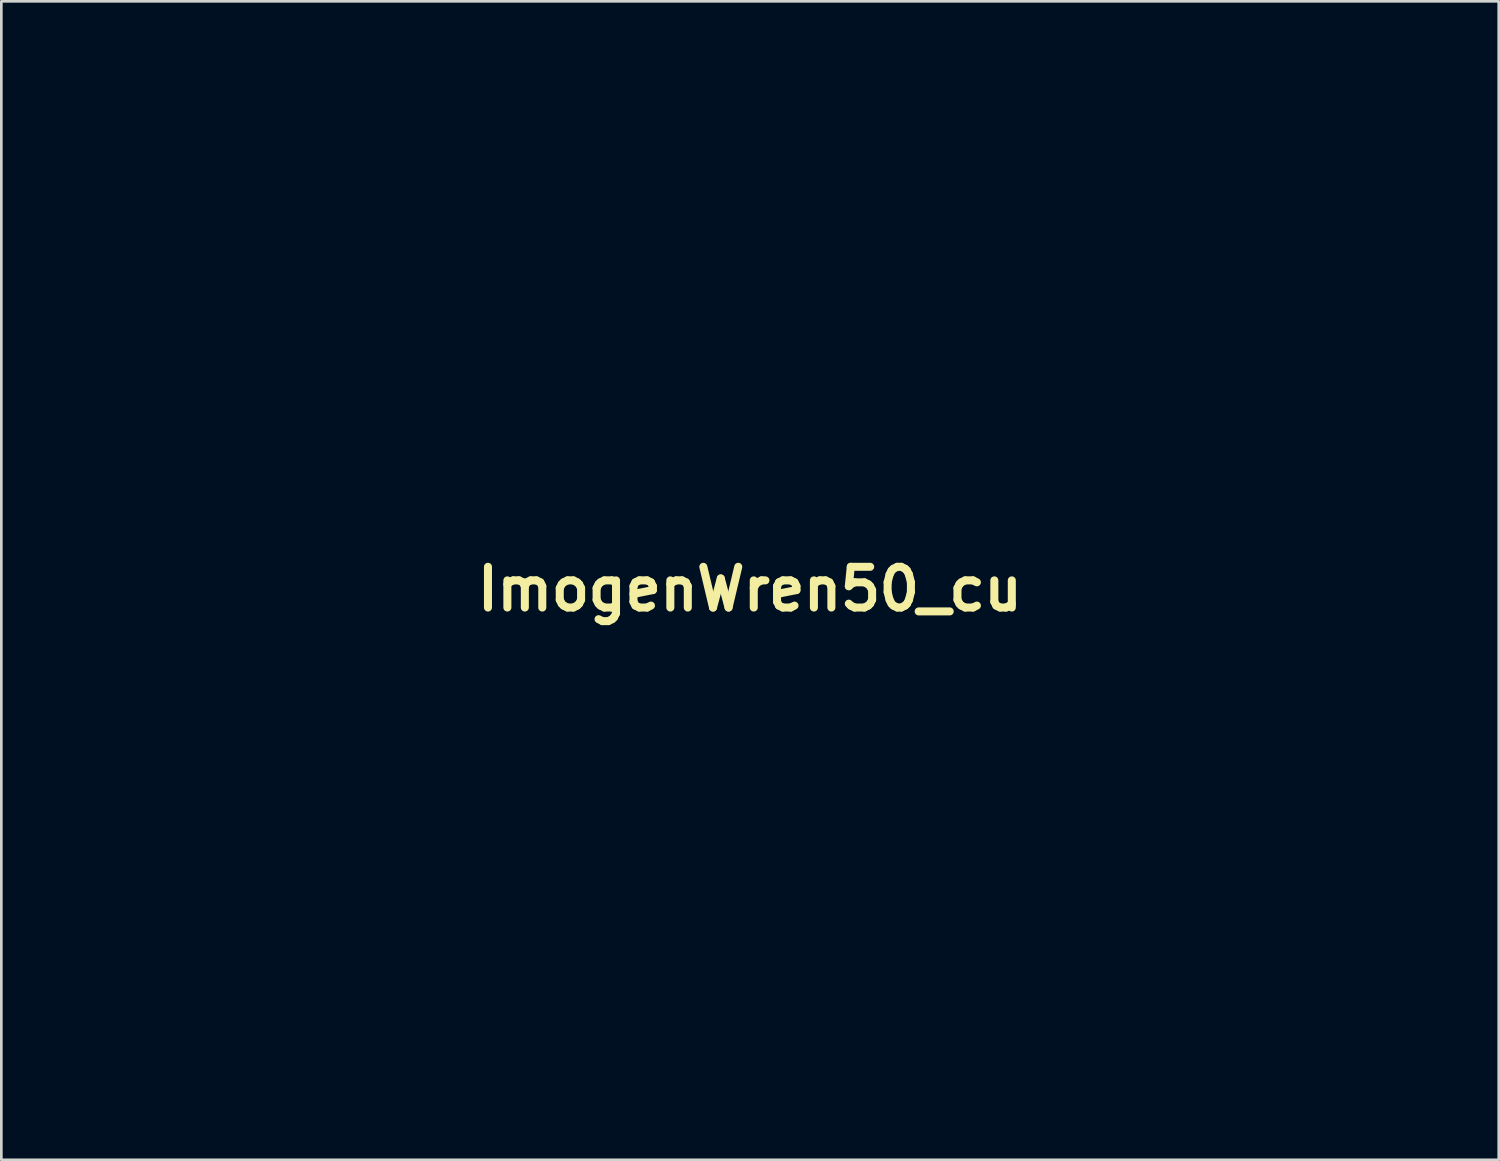
<source format=kicad_pcb>
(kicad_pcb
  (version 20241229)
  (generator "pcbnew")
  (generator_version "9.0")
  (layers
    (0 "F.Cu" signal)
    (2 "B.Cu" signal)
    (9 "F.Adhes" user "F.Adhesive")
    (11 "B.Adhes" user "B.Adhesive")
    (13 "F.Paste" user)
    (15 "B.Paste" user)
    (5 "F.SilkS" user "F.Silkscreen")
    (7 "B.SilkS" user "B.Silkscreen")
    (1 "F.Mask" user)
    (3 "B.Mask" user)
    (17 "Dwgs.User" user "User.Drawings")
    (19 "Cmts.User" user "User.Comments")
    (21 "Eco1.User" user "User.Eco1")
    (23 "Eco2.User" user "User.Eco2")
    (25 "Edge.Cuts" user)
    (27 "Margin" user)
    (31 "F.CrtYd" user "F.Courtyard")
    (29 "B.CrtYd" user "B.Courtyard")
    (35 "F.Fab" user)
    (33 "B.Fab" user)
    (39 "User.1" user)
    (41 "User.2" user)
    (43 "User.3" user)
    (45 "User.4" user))
  (footprint "ImogenWren50_cu"
    (layer "F.Cu")
    (at 25 18.986)
    (property "Reference" "ImogenWren50_cu" (at 0 0 0) (layer "F.SilkS") (effects (font (size 1.524 1.524) (thickness 0.3))))
    (attr board_only exclude_from_pos_files exclude_from_bom)
    (fp_poly (pts (xy 4.494 11.364) (xy 4.583 11.39) (xy 4.664 11.432) (xy 4.733 11.489) (xy 4.799 11.571) (xy 4.87 11.684) (xy 4.967 11.826) (xy 5.075 11.937) (xy 5.201 12.018) (xy 5.353 12.077) (xy 5.538 12.115) (xy 5.638 12.128) (xy 5.846 12.152) (xy 6.015 12.174) (xy 6.152 12.196) (xy 6.264 12.219) (xy 6.358 12.246) (xy 6.442 12.277) (xy 6.505 12.306) (xy 6.697 12.423) (xy 6.86 12.576) (xy 6.992 12.762) (xy 7.091 12.978) (xy 7.127 13.098) (xy 7.157 13.263) (xy 7.152 13.398) (xy 7.114 13.502) (xy 7.042 13.574) (xy 7.002 13.595) (xy 6.979 13.605) (xy 6.958 13.613) (xy 6.935 13.617) (xy 6.905 13.618) (xy 6.863 13.614) (xy 6.802 13.604) (xy 6.719 13.588) (xy 6.609 13.566) (xy 6.465 13.535) (xy 6.284 13.497) (xy 6.169 13.472) (xy 5.887 13.419) (xy 5.644 13.389) (xy 5.437 13.381) (xy 5.265 13.397) (xy 5.124 13.434) (xy 5.123 13.434) (xy 4.981 13.514) (xy 4.863 13.629) (xy 4.778 13.772) (xy 4.761 13.814) (xy 4.748 13.856) (xy 4.738 13.905) (xy 4.73 13.963) (xy 4.723 14.036) (xy 4.72 14.128) (xy 4.718 14.241) (xy 4.718 14.381) (xy 4.72 14.552) (xy 4.724 14.757) (xy 4.73 15.001) (xy 4.738 15.287) (xy 4.745 15.62) (xy 4.745 15.91) (xy 4.738 16.164) (xy 4.723 16.384) (xy 4.7 16.577) (xy 4.668 16.745) (xy 4.627 16.894) (xy 4.575 17.029) (xy 4.513 17.153) (xy 4.495 17.185) (xy 4.406 17.31) (xy 4.288 17.442) (xy 4.154 17.568) (xy 4.015 17.676) (xy 3.949 17.718) (xy 3.801 17.795) (xy 3.638 17.858) (xy 3.471 17.906) (xy 3.308 17.939) (xy 3.158 17.952) (xy 3.03 17.946) (xy 2.933 17.919) (xy 2.928 17.916) (xy 2.86 17.869) (xy 2.802 17.812) (xy 2.799 17.807) (xy 2.78 17.777) (xy 2.766 17.741) (xy 2.756 17.695) (xy 2.751 17.637) (xy 2.752 17.563) (xy 2.759 17.47) (xy 2.772 17.355) (xy 2.791 17.215) (xy 2.818 17.046) (xy 2.852 16.844) (xy 2.894 16.608) (xy 2.944 16.333) (xy 3.002 16.016) (xy 3.02 15.919) (xy 3.08 15.594) (xy 3.131 15.308) (xy 3.175 15.051) (xy 3.213 14.818) (xy 3.246 14.599) (xy 3.274 14.388) (xy 3.3 14.176) (xy 3.324 13.956) (xy 3.348 13.72) (xy 3.36 13.591) (xy 3.397 13.22) (xy 3.436 12.893) (xy 3.478 12.606) (xy 3.523 12.359) (xy 3.572 12.147) (xy 3.627 11.968) (xy 3.687 11.818) (xy 3.753 11.697) (xy 3.827 11.599) (xy 3.906 11.526) (xy 4.044 11.44) (xy 4.196 11.383) (xy 4.349 11.357)) (stroke (width 0) (type solid)) (fill yes) (layer "F.Mask"))
    (fp_poly (pts (xy 10.158 11.867) (xy 10.16 11.867) (xy 10.505 11.902) (xy 10.809 11.954) (xy 11.073 12.023) (xy 11.3 12.109) (xy 11.492 12.216) (xy 11.653 12.342) (xy 11.783 12.491) (xy 11.887 12.662) (xy 11.888 12.664) (xy 11.926 12.744) (xy 11.952 12.81) (xy 11.967 12.875) (xy 11.976 12.953) (xy 11.981 13.06) (xy 11.982 13.097) (xy 11.98 13.303) (xy 11.958 13.485) (xy 11.912 13.658) (xy 11.838 13.842) (xy 11.825 13.871) (xy 11.716 14.08) (xy 11.597 14.258) (xy 11.457 14.421) (xy 11.374 14.503) (xy 11.278 14.59) (xy 11.187 14.663) (xy 11.096 14.722) (xy 11 14.769) (xy 10.894 14.805) (xy 10.771 14.831) (xy 10.627 14.848) (xy 10.455 14.857) (xy 10.251 14.861) (xy 10.009 14.86) (xy 9.84 14.857) (xy 9.611 14.853) (xy 9.424 14.851) (xy 9.273 14.852) (xy 9.153 14.856) (xy 9.059 14.865) (xy 8.985 14.88) (xy 8.926 14.901) (xy 8.877 14.929) (xy 8.832 14.966) (xy 8.787 15.011) (xy 8.756 15.045) (xy 8.654 15.18) (xy 8.595 15.316) (xy 8.58 15.448) (xy 8.591 15.521) (xy 8.646 15.635) (xy 8.746 15.742) (xy 8.888 15.841) (xy 9.073 15.931) (xy 9.298 16.011) (xy 9.561 16.081) (xy 9.862 16.141) (xy 10.199 16.19) (xy 10.406 16.212) (xy 10.692 16.246) (xy 10.937 16.287) (xy 11.145 16.338) (xy 11.319 16.402) (xy 11.465 16.481) (xy 11.588 16.576) (xy 11.69 16.69) (xy 11.778 16.825) (xy 11.814 16.894) (xy 11.874 17.044) (xy 11.902 17.184) (xy 11.897 17.306) (xy 11.859 17.403) (xy 11.853 17.412) (xy 11.754 17.508) (xy 11.612 17.586) (xy 11.427 17.647) (xy 11.198 17.691) (xy 11.144 17.698) (xy 11.035 17.707) (xy 10.889 17.713) (xy 10.714 17.717) (xy 10.521 17.719) (xy 10.317 17.718) (xy 10.114 17.715) (xy 9.919 17.709) (xy 9.742 17.702) (xy 9.593 17.692) (xy 9.499 17.683) (xy 9.124 17.622) (xy 8.779 17.533) (xy 8.466 17.417) (xy 8.188 17.274) (xy 7.944 17.107) (xy 7.738 16.915) (xy 7.569 16.701) (xy 7.441 16.464) (xy 7.396 16.35) (xy 7.318 16.081) (xy 7.259 15.778) (xy 7.218 15.453) (xy 7.196 15.116) (xy 7.194 14.777) (xy 7.213 14.447) (xy 7.253 14.136) (xy 7.265 14.069) (xy 7.334 13.756) (xy 7.402 13.514) (xy 8.604 13.514) (xy 8.611 13.553) (xy 8.636 13.641) (xy 8.674 13.71) (xy 8.73 13.764) (xy 8.81 13.806) (xy 8.919 13.837) (xy 9.064 13.86) (xy 9.249 13.88) (xy 9.27 13.882) (xy 9.391 13.892) (xy 9.502 13.901) (xy 9.591 13.909) (xy 9.645 13.914) (xy 9.906 13.925) (xy 10.138 13.908) (xy 10.263 13.883) (xy 10.452 13.821) (xy 10.618 13.739) (xy 10.756 13.641) (xy 10.86 13.532) (xy 10.925 13.416) (xy 10.933 13.388) (xy 10.944 13.266) (xy 10.911 13.149) (xy 10.84 13.044) (xy 10.733 12.954) (xy 10.594 12.887) (xy 10.554 12.873) (xy 10.441 12.847) (xy 10.295 12.825) (xy 10.126 12.808) (xy 9.943 12.795) (xy 9.757 12.788) (xy 9.578 12.786) (xy 9.416 12.791) (xy 9.281 12.802) (xy 9.189 12.818) (xy 9.005 12.883) (xy 8.852 12.974) (xy 8.732 13.087) (xy 8.648 13.217) (xy 8.605 13.36) (xy 8.604 13.514) (xy 7.402 13.514) (xy 7.419 13.452) (xy 7.515 13.167) (xy 7.62 12.91) (xy 7.718 12.713) (xy 7.803 12.585) (xy 7.912 12.455) (xy 8.036 12.334) (xy 8.162 12.232) (xy 8.275 12.164) (xy 8.604 12.029) (xy 8.956 11.933) (xy 9.33 11.874) (xy 9.731 11.852)) (stroke (width 0) (type solid)) (fill yes) (layer "F.Mask"))
    (fp_poly (pts (xy 13.095 11.845) (xy 13.183 11.915) (xy 13.272 12.032) (xy 13.334 12.138) (xy 13.392 12.245) (xy 13.439 12.319) (xy 13.484 12.369) (xy 13.534 12.405) (xy 13.591 12.434) (xy 13.664 12.461) (xy 13.746 12.479) (xy 13.843 12.49) (xy 13.964 12.492) (xy 14.115 12.487) (xy 14.303 12.475) (xy 14.386 12.469) (xy 14.689 12.446) (xy 14.95 12.429) (xy 15.176 12.42) (xy 15.372 12.418) (xy 15.542 12.424) (xy 15.693 12.438) (xy 15.828 12.462) (xy 15.954 12.494) (xy 16.076 12.536) (xy 16.2 12.589) (xy 16.27 12.622) (xy 16.468 12.74) (xy 16.642 12.891) (xy 16.792 13.075) (xy 16.919 13.295) (xy 17.024 13.553) (xy 17.107 13.849) (xy 17.171 14.185) (xy 17.195 14.373) (xy 17.204 14.456) (xy 17.211 14.542) (xy 17.217 14.636) (xy 17.221 14.744) (xy 17.224 14.87) (xy 17.226 15.018) (xy 17.227 15.193) (xy 17.227 15.401) (xy 17.226 15.646) (xy 17.224 15.932) (xy 17.224 15.961) (xy 17.221 16.276) (xy 17.218 16.546) (xy 17.214 16.772) (xy 17.21 16.957) (xy 17.205 17.101) (xy 17.199 17.206) (xy 17.192 17.274) (xy 17.187 17.303) (xy 17.125 17.44) (xy 17.038 17.542) (xy 16.921 17.611) (xy 16.768 17.654) (xy 16.768 17.654) (xy 16.609 17.664) (xy 16.473 17.633) (xy 16.362 17.562) (xy 16.274 17.451) (xy 16.209 17.299) (xy 16.178 17.169) (xy 16.173 17.12) (xy 16.166 17.028) (xy 16.158 16.899) (xy 16.149 16.739) (xy 16.139 16.551) (xy 16.129 16.341) (xy 16.119 16.115) (xy 16.11 15.875) (xy 16.106 15.778) (xy 16.096 15.537) (xy 16.087 15.306) (xy 16.077 15.092) (xy 16.067 14.898) (xy 16.059 14.73) (xy 16.051 14.592) (xy 16.043 14.489) (xy 16.038 14.426) (xy 16.036 14.413) (xy 15.984 14.235) (xy 15.904 14.094) (xy 15.795 13.985) (xy 15.685 13.92) (xy 15.643 13.902) (xy 15.599 13.889) (xy 15.546 13.88) (xy 15.474 13.875) (xy 15.377 13.873) (xy 15.245 13.872) (xy 15.158 13.873) (xy 14.875 13.88) (xy 14.634 13.898) (xy 14.433 13.929) (xy 14.266 13.973) (xy 14.132 14.031) (xy 14.027 14.104) (xy 13.948 14.193) (xy 13.932 14.217) (xy 13.891 14.292) (xy 13.86 14.372) (xy 13.838 14.464) (xy 13.825 14.575) (xy 13.819 14.712) (xy 13.819 14.881) (xy 13.826 15.089) (xy 13.826 15.1) (xy 13.836 15.39) (xy 13.842 15.676) (xy 13.844 15.951) (xy 13.843 16.209) (xy 13.837 16.445) (xy 13.828 16.65) (xy 13.815 16.82) (xy 13.804 16.914) (xy 13.764 17.145) (xy 13.714 17.334) (xy 13.651 17.483) (xy 13.574 17.595) (xy 13.48 17.673) (xy 13.366 17.722) (xy 13.23 17.743) (xy 13.178 17.744) (xy 13.066 17.738) (xy 12.978 17.717) (xy 12.92 17.691) (xy 12.813 17.611) (xy 12.713 17.496) (xy 12.631 17.356) (xy 12.589 17.253) (xy 12.573 17.204) (xy 12.561 17.156) (xy 12.552 17.103) (xy 12.546 17.039) (xy 12.542 16.956) (xy 12.541 16.847) (xy 12.54 16.706) (xy 12.541 16.526) (xy 12.541 16.504) (xy 12.544 16.288) (xy 12.547 16.031) (xy 12.553 15.739) (xy 12.56 15.418) (xy 12.568 15.075) (xy 12.577 14.714) (xy 12.587 14.341) (xy 12.597 13.964) (xy 12.609 13.587) (xy 12.621 13.217) (xy 12.628 13.013) (xy 12.636 12.789) (xy 12.642 12.608) (xy 12.648 12.462) (xy 12.654 12.349) (xy 12.661 12.262) (xy 12.668 12.196) (xy 12.676 12.146) (xy 12.686 12.108) (xy 12.698 12.076) (xy 12.712 12.045) (xy 12.714 12.041) (xy 12.785 11.936) (xy 12.875 11.861) (xy 12.974 11.825) (xy 13.008 11.822)) (stroke (width 0) (type solid)) (fill yes) (layer "F.Mask"))
    (fp_poly (pts (xy 2.648 5.932) (xy 2.782 5.971) (xy 2.895 6.046) (xy 2.935 6.087) (xy 2.997 6.169) (xy 3.041 6.264) (xy 3.07 6.381) (xy 3.086 6.528) (xy 3.09 6.706) (xy 3.089 6.812) (xy 3.085 6.918) (xy 3.077 7.032) (xy 3.065 7.157) (xy 3.048 7.301) (xy 3.025 7.469) (xy 2.997 7.667) (xy 2.961 7.9) (xy 2.924 8.135) (xy 2.853 8.585) (xy 2.789 9.008) (xy 2.731 9.408) (xy 2.678 9.793) (xy 2.629 10.168) (xy 2.585 10.541) (xy 2.543 10.917) (xy 2.504 11.303) (xy 2.467 11.706) (xy 2.431 12.131) (xy 2.395 12.586) (xy 2.359 13.076) (xy 2.33 13.484) (xy 2.302 13.878) (xy 2.276 14.228) (xy 2.252 14.539) (xy 2.229 14.814) (xy 2.207 15.056) (xy 2.185 15.27) (xy 2.163 15.458) (xy 2.14 15.625) (xy 2.117 15.774) (xy 2.092 15.908) (xy 2.065 16.031) (xy 2.035 16.147) (xy 2.003 16.259) (xy 1.974 16.352) (xy 1.864 16.629) (xy 1.729 16.869) (xy 1.567 17.071) (xy 1.38 17.233) (xy 1.177 17.353) (xy 0.979 17.426) (xy 0.784 17.456) (xy 0.591 17.442) (xy 0.398 17.384) (xy 0.202 17.281) (xy 0.001 17.133) (xy -0.111 17.033) (xy -0.316 16.82) (xy -0.528 16.564) (xy -0.746 16.266) (xy -0.968 15.929) (xy -1.193 15.555) (xy -1.419 15.146) (xy -1.645 14.705) (xy -1.87 14.234) (xy -2.001 13.941) (xy -2.096 13.728) (xy -2.175 13.553) (xy -2.241 13.412) (xy -2.294 13.301) (xy -2.339 13.216) (xy -2.377 13.151) (xy -2.41 13.103) (xy -2.441 13.067) (xy -2.452 13.056) (xy -2.546 12.995) (xy -2.651 12.977) (xy -2.766 13.001) (xy -2.888 13.065) (xy -3.017 13.167) (xy -3.15 13.306) (xy -3.287 13.48) (xy -3.425 13.687) (xy -3.564 13.926) (xy -3.701 14.194) (xy -3.835 14.491) (xy -3.917 14.69) (xy -4.082 15.143) (xy -4.211 15.588) (xy -4.272 15.849) (xy -4.338 16.147) (xy -4.404 16.426) (xy -4.47 16.68) (xy -4.534 16.905) (xy -4.594 17.093) (xy -4.643 17.227) (xy -4.774 17.515) (xy -4.921 17.762) (xy -5.082 17.968) (xy -5.256 18.131) (xy -5.442 18.25) (xy -5.447 18.253) (xy -5.54 18.296) (xy -5.614 18.323) (xy -5.69 18.338) (xy -5.785 18.345) (xy -5.838 18.347) (xy -5.972 18.347) (xy -6.077 18.337) (xy -6.172 18.314) (xy -6.186 18.309) (xy -6.383 18.222) (xy -6.563 18.093) (xy -6.728 17.923) (xy -6.878 17.71) (xy -6.982 17.522) (xy -7.06 17.351) (xy -7.142 17.141) (xy -7.227 16.901) (xy -7.312 16.637) (xy -7.395 16.358) (xy -7.473 16.072) (xy -7.545 15.786) (xy -7.608 15.508) (xy -7.661 15.246) (xy -7.7 15.007) (xy -7.702 14.994) (xy -7.77 14.516) (xy -7.842 14.044) (xy -7.918 13.573) (xy -8 13.096) (xy -8.088 12.61) (xy -8.183 12.107) (xy -8.286 11.583) (xy -8.399 11.033) (xy -8.522 10.45) (xy -8.657 9.831) (xy -8.713 9.575) (xy -8.902 8.72) (xy -8.876 8.462) (xy -8.83 8.16) (xy -8.759 7.886) (xy -8.664 7.642) (xy -8.546 7.431) (xy -8.406 7.257) (xy -8.247 7.121) (xy -8.135 7.056) (xy -8.064 7.024) (xy -8.003 7.004) (xy -7.936 6.993) (xy -7.848 6.989) (xy -7.76 6.988) (xy -7.648 6.989) (xy -7.568 6.995) (xy -7.504 7.008) (xy -7.441 7.031) (xy -7.371 7.064) (xy -7.277 7.116) (xy -7.185 7.178) (xy -7.122 7.228) (xy -7.028 7.316) (xy -6.989 7.796) (xy -6.934 8.429) (xy -6.874 9.032) (xy -6.808 9.602) (xy -6.737 10.137) (xy -6.662 10.637) (xy -6.582 11.098) (xy -6.498 11.519) (xy -6.411 11.899) (xy -6.32 12.234) (xy -6.259 12.428) (xy -6.156 12.705) (xy -6.05 12.936) (xy -5.939 13.12) (xy -5.823 13.257) (xy -5.703 13.348) (xy -5.579 13.393) (xy -5.45 13.391) (xy -5.317 13.343) (xy -5.179 13.248) (xy -5.104 13.179) (xy -5.037 13.109) (xy -4.972 13.035) (xy -4.907 12.953) (xy -4.839 12.858) (xy -4.765 12.747) (xy -4.682 12.615) (xy -4.588 12.458) (xy -4.481 12.272) (xy -4.357 12.053) (xy -4.215 11.799) (xy -4.058 11.519) (xy -3.918 11.278) (xy -3.794 11.07) (xy -3.682 10.891) (xy -3.579 10.738) (xy -3.482 10.606) (xy -3.389 10.49) (xy -3.297 10.387) (xy -3.244 10.334) (xy -3.104 10.202) (xy -2.981 10.105) (xy -2.868 10.04) (xy -2.755 10.003) (xy -2.637 9.988) (xy -2.6 9.987) (xy -2.458 10.002) (xy -2.327 10.046) (xy -2.197 10.126) (xy -2.092 10.214) (xy -2.015 10.288) (xy -1.942 10.364) (xy -1.872 10.448) (xy -1.801 10.544) (xy -1.727 10.655) (xy -1.647 10.788) (xy -1.557 10.945) (xy -1.456 11.131) (xy -1.34 11.351) (xy -1.212 11.599) (xy -1.082 11.85) (xy -0.969 12.062) (xy -0.87 12.24) (xy -0.784 12.387) (xy -0.707 12.508) (xy -0.638 12.606) (xy -0.573 12.685) (xy -0.511 12.749) (xy -0.503 12.756) (xy -0.382 12.852) (xy -0.27 12.906) (xy -0.164 12.918) (xy -0.055 12.891) (xy -0.025 12.877) (xy 0.086 12.799) (xy 0.181 12.686) (xy 0.26 12.537) (xy 0.324 12.348) (xy 0.376 12.117) (xy 0.388 12.045) (xy 0.398 11.971) (xy 0.406 11.877) (xy 0.414 11.76) (xy 0.421 11.614) (xy 0.427 11.437) (xy 0.433 11.225) (xy 0.439 10.974) (xy 0.444 10.68) (xy 0.445 10.64) (xy 0.45 10.399) (xy 0.455 10.163) (xy 0.461 9.938) (xy 0.467 9.73) (xy 0.473 9.545) (xy 0.479 9.389) (xy 0.485 9.268) (xy 0.49 9.188) (xy 0.541 8.731) (xy 0.611 8.314) (xy 0.701 7.935) (xy 0.811 7.59) (xy 0.944 7.277) (xy 1.1 6.993) (xy 1.279 6.734) (xy 1.485 6.499) (xy 1.518 6.465) (xy 1.723 6.28) (xy 1.931 6.131) (xy 2.137 6.021) (xy 2.338 5.952) (xy 2.487 5.928)) (stroke (width 0) (type solid)) (fill yes) (layer "F.Mask"))
    (fp_poly (pts (xy -11.247 -18.969) (xy -10.854 -18.919) (xy -10.482 -18.838) (xy -10.132 -18.727) (xy -9.808 -18.587) (xy -9.513 -18.42) (xy -9.247 -18.227) (xy -9.015 -18.01) (xy -8.818 -17.77) (xy -8.659 -17.508) (xy -8.543 -17.236) (xy -8.513 -17.144) (xy -8.491 -17.066) (xy -8.477 -16.992) (xy -8.467 -16.908) (xy -8.461 -16.804) (xy -8.457 -16.666) (xy -8.456 -16.645) (xy -8.454 -16.466) (xy -8.457 -16.325) (xy -8.467 -16.21) (xy -8.483 -16.113) (xy -8.542 -15.912) (xy -8.638 -15.691) (xy -8.769 -15.454) (xy -8.93 -15.205) (xy -9.119 -14.947) (xy -9.332 -14.686) (xy -9.568 -14.425) (xy -9.823 -14.168) (xy -10.085 -13.926) (xy -10.448 -13.622) (xy -10.832 -13.328) (xy -11.24 -13.044) (xy -11.676 -12.766) (xy -12.143 -12.493) (xy -12.645 -12.223) (xy -13.185 -11.953) (xy -13.767 -11.682) (xy -14.058 -11.553) (xy -14.296 -11.448) (xy -14.496 -11.359) (xy -14.66 -11.283) (xy -14.793 -11.219) (xy -14.9 -11.162) (xy -14.982 -11.112) (xy -15.046 -11.066) (xy -15.095 -11.021) (xy -15.132 -10.974) (xy -15.162 -10.924) (xy -15.188 -10.868) (xy -15.194 -10.856) (xy -15.206 -10.825) (xy -15.217 -10.789) (xy -15.226 -10.746) (xy -15.235 -10.692) (xy -15.244 -10.626) (xy -15.251 -10.544) (xy -15.258 -10.444) (xy -15.265 -10.324) (xy -15.271 -10.181) (xy -15.277 -10.011) (xy -15.283 -9.813) (xy -15.288 -9.585) (xy -15.294 -9.322) (xy -15.301 -9.024) (xy -15.307 -8.686) (xy -15.314 -8.307) (xy -15.321 -7.884) (xy -15.322 -7.866) (xy -15.332 -7.295) (xy -15.341 -6.767) (xy -15.35 -6.278) (xy -15.359 -5.825) (xy -15.368 -5.403) (xy -15.376 -5.009) (xy -15.384 -4.64) (xy -15.393 -4.29) (xy -15.401 -3.957) (xy -15.41 -3.637) (xy -15.419 -3.326) (xy -15.428 -3.02) (xy -15.438 -2.715) (xy -15.448 -2.408) (xy -15.46 -2.095) (xy -15.472 -1.771) (xy -15.477 -1.627) (xy -15.484 -1.443) (xy -15.488 -1.27) (xy -15.492 -1.116) (xy -15.493 -0.986) (xy -15.492 -0.887) (xy -15.49 -0.826) (xy -15.489 -0.814) (xy -15.45 -0.714) (xy -15.379 -0.62) (xy -15.291 -0.552) (xy -15.287 -0.55) (xy -15.238 -0.532) (xy -15.156 -0.509) (xy -15.053 -0.485) (xy -14.968 -0.467) (xy -14.789 -0.428) (xy -14.615 -0.381) (xy -14.438 -0.325) (xy -14.251 -0.256) (xy -14.049 -0.172) (xy -13.824 -0.07) (xy -13.569 0.052) (xy -13.414 0.129) (xy -13.187 0.24) (xy -12.997 0.327) (xy -12.839 0.392) (xy -12.711 0.436) (xy -12.608 0.459) (xy -12.527 0.462) (xy -12.465 0.446) (xy -12.418 0.412) (xy -12.396 0.385) (xy -12.373 0.336) (xy -12.343 0.252) (xy -12.311 0.144) (xy -12.278 0.022) (xy -12.269 -0.013) (xy -12.227 -0.187) (xy -12.194 -0.322) (xy -12.166 -0.426) (xy -12.142 -0.505) (xy -12.118 -0.568) (xy -12.094 -0.621) (xy -12.066 -0.671) (xy -12.032 -0.725) (xy -12.031 -0.727) (xy -11.974 -0.803) (xy -11.889 -0.904) (xy -11.781 -1.021) (xy -11.658 -1.149) (xy -11.526 -1.281) (xy -11.391 -1.41) (xy -11.261 -1.529) (xy -11.142 -1.632) (xy -11.096 -1.67) (xy -10.654 -1.994) (xy -10.194 -2.275) (xy -9.715 -2.514) (xy -9.213 -2.712) (xy -8.736 -2.857) (xy -8.569 -2.895) (xy -8.411 -2.916) (xy -8.255 -2.92) (xy -8.089 -2.905) (xy -7.904 -2.871) (xy -7.692 -2.819) (xy -7.571 -2.784) (xy -7.365 -2.72) (xy -7.191 -2.653) (xy -7.037 -2.578) (xy -6.892 -2.488) (xy -6.745 -2.376) (xy -6.583 -2.237) (xy -6.519 -2.178) (xy -6.407 -2.075) (xy -6.317 -2.002) (xy -6.242 -1.956) (xy -6.169 -1.936) (xy -6.09 -1.937) (xy -5.994 -1.959) (xy -5.87 -1.998) (xy -5.839 -2.008) (xy -5.654 -2.067) (xy -5.486 -2.112) (xy -5.325 -2.145) (xy -5.159 -2.168) (xy -4.977 -2.181) (xy -4.768 -2.187) (xy -4.6 -2.188) (xy -4.179 -2.176) (xy -3.786 -2.142) (xy -3.426 -2.087) (xy -3.099 -2.012) (xy -2.808 -1.916) (xy -2.556 -1.801) (xy -2.346 -1.668) (xy -2.223 -1.566) (xy -2.125 -1.459) (xy -2.048 -1.34) (xy -1.989 -1.201) (xy -1.945 -1.036) (xy -1.912 -0.836) (xy -1.897 -0.702) (xy -1.877 -0.554) (xy -1.847 -0.394) (xy -1.809 -0.229) (xy -1.766 -0.067) (xy -1.719 0.085) (xy -1.671 0.219) (xy -1.624 0.329) (xy -1.581 0.407) (xy -1.544 0.445) (xy -1.478 0.468) (xy -1.403 0.466) (xy -1.312 0.439) (xy -1.2 0.385) (xy -1.062 0.302) (xy -0.99 0.254) (xy -0.884 0.18) (xy -0.776 0.098) (xy -0.661 0.005) (xy -0.534 -0.105) (xy -0.388 -0.236) (xy -0.22 -0.392) (xy -0.081 -0.523) (xy 0.045 -0.642) (xy 0.172 -0.759) (xy 0.292 -0.869) (xy 0.398 -0.963) (xy 0.481 -1.035) (xy 0.503 -1.053) (xy 0.693 -1.2) (xy 0.903 -1.348) (xy 1.125 -1.492) (xy 1.35 -1.626) (xy 1.569 -1.747) (xy 1.773 -1.848) (xy 1.955 -1.924) (xy 2.013 -1.945) (xy 2.17 -1.982) (xy 2.366 -2.004) (xy 2.411 -2.007) (xy 2.606 -2.008) (xy 2.771 -1.988) (xy 2.917 -1.943) (xy 3.053 -1.87) (xy 3.19 -1.763) (xy 3.337 -1.618) (xy 3.348 -1.607) (xy 3.487 -1.459) (xy 3.599 -1.342) (xy 3.691 -1.25) (xy 3.766 -1.18) (xy 3.83 -1.126) (xy 3.889 -1.084) (xy 3.946 -1.049) (xy 3.994 -1.023) (xy 4.24 -0.917) (xy 4.484 -0.844) (xy 4.72 -0.804) (xy 4.943 -0.798) (xy 5.147 -0.826) (xy 5.327 -0.888) (xy 5.388 -0.92) (xy 5.45 -0.962) (xy 5.501 -1.008) (xy 5.552 -1.07) (xy 5.609 -1.158) (xy 5.644 -1.215) (xy 5.727 -1.345) (xy 5.811 -1.458) (xy 5.904 -1.557) (xy 6.011 -1.649) (xy 6.138 -1.738) (xy 6.292 -1.829) (xy 6.478 -1.927) (xy 6.655 -2.013) (xy 6.865 -2.109) (xy 7.048 -2.181) (xy 7.213 -2.231) (xy 7.37 -2.262) (xy 7.529 -2.278) (xy 7.622 -2.28) (xy 7.881 -2.282) (xy 8.078 -2.184) (xy 8.244 -2.087) (xy 8.423 -1.954) (xy 8.608 -1.793) (xy 8.793 -1.61) (xy 8.97 -1.411) (xy 9.132 -1.205) (xy 9.145 -1.187) (xy 9.311 -0.942) (xy 9.466 -0.681) (xy 9.614 -0.398) (xy 9.757 -0.087) (xy 9.899 0.259) (xy 10.029 0.609) (xy 10.109 0.832) (xy 10.176 1.016) (xy 10.231 1.166) (xy 10.277 1.288) (xy 10.315 1.385) (xy 10.348 1.463) (xy 10.377 1.527) (xy 10.404 1.583) (xy 10.431 1.631) (xy 10.475 1.704) (xy 10.514 1.756) (xy 10.541 1.779) (xy 10.542 1.779) (xy 10.578 1.764) (xy 10.642 1.72) (xy 10.728 1.653) (xy 10.831 1.568) (xy 10.945 1.469) (xy 11.065 1.36) (xy 11.185 1.248) (xy 11.24 1.194) (xy 11.341 1.092) (xy 11.428 1) (xy 11.504 0.911) (xy 11.575 0.817) (xy 11.646 0.711) (xy 11.722 0.585) (xy 11.809 0.434) (xy 11.825 0.403) (xy 13.416 0.403) (xy 13.432 0.543) (xy 13.486 0.671) (xy 13.58 0.782) (xy 13.68 0.854) (xy 13.847 0.929) (xy 14.032 0.967) (xy 14.239 0.97) (xy 14.473 0.938) (xy 14.626 0.902) (xy 14.906 0.813) (xy 15.159 0.705) (xy 15.382 0.58) (xy 15.574 0.441) (xy 15.732 0.29) (xy 15.853 0.13) (xy 15.937 -0.038) (xy 15.979 -0.21) (xy 15.979 -0.384) (xy 15.952 -0.506) (xy 15.896 -0.63) (xy 15.813 -0.739) (xy 15.715 -0.822) (xy 15.623 -0.864) (xy 15.469 -0.888) (xy 15.286 -0.885) (xy 15.082 -0.857) (xy 14.863 -0.807) (xy 14.639 -0.736) (xy 14.416 -0.648) (xy 14.202 -0.543) (xy 14.004 -0.426) (xy 13.898 -0.351) (xy 13.729 -0.205) (xy 13.596 -0.053) (xy 13.499 0.101) (xy 13.439 0.255) (xy 13.416 0.403) (xy 11.825 0.403) (xy 11.911 0.248) (xy 11.925 0.222) (xy 12.071 -0.037) (xy 12.213 -0.262) (xy 12.356 -0.464) (xy 12.508 -0.654) (xy 12.677 -0.839) (xy 12.975 -1.13) (xy 13.281 -1.387) (xy 13.593 -1.608) (xy 13.908 -1.791) (xy 14.221 -1.934) (xy 14.529 -2.035) (xy 14.772 -2.085) (xy 15.045 -2.106) (xy 15.337 -2.093) (xy 15.642 -2.051) (xy 15.95 -1.981) (xy 16.253 -1.885) (xy 16.542 -1.767) (xy 16.811 -1.629) (xy 17.049 -1.473) (xy 17.214 -1.337) (xy 17.33 -1.21) (xy 17.441 -1.058) (xy 17.535 -0.896) (xy 17.602 -0.741) (xy 17.609 -0.718) (xy 17.653 -0.496) (xy 17.657 -0.261) (xy 17.621 -0.017) (xy 17.548 0.233) (xy 17.441 0.484) (xy 17.301 0.732) (xy 17.13 0.973) (xy 16.932 1.204) (xy 16.708 1.42) (xy 16.46 1.617) (xy 16.26 1.75) (xy 16.143 1.822) (xy 16.009 1.903) (xy 15.885 1.979) (xy 15.857 1.996) (xy 15.747 2.069) (xy 15.631 2.159) (xy 15.519 2.256) (xy 15.417 2.353) (xy 15.334 2.443) (xy 15.279 2.519) (xy 15.266 2.545) (xy 15.248 2.615) (xy 15.249 2.678) (xy 15.249 2.679) (xy 15.28 2.726) (xy 15.346 2.753) (xy 15.446 2.762) (xy 15.584 2.752) (xy 15.759 2.722) (xy 15.972 2.673) (xy 16.225 2.604) (xy 16.519 2.516) (xy 16.744 2.444) (xy 16.897 2.392) (xy 17.074 2.331) (xy 17.267 2.263) (xy 17.467 2.192) (xy 17.667 2.119) (xy 17.859 2.048) (xy 18.035 1.981) (xy 18.187 1.923) (xy 18.307 1.875) (xy 18.358 1.853) (xy 18.49 1.776) (xy 18.61 1.67) (xy 18.7 1.55) (xy 18.715 1.523) (xy 18.747 1.454) (xy 18.773 1.385) (xy 18.794 1.311) (xy 18.809 1.227) (xy 18.818 1.129) (xy 18.823 1.011) (xy 18.823 0.869) (xy 18.819 0.698) (xy 18.81 0.494) (xy 18.797 0.251) (xy 18.785 0.047) (xy 18.766 -0.28) (xy 18.749 -0.564) (xy 18.735 -0.808) (xy 18.725 -1.016) (xy 18.717 -1.19) (xy 18.712 -1.334) (xy 18.71 -1.452) (xy 18.711 -1.546) (xy 18.715 -1.621) (xy 18.723 -1.68) (xy 18.733 -1.725) (xy 18.747 -1.761) (xy 18.764 -1.79) (xy 18.784 -1.817) (xy 18.804 -1.841) (xy 18.848 -1.887) (xy 18.893 -1.924) (xy 18.948 -1.955) (xy 19.021 -1.984) (xy 19.119 -2.015) (xy 19.249 -2.05) (xy 19.354 -2.077) (xy 19.503 -2.112) (xy 19.623 -2.137) (xy 19.726 -2.153) (xy 19.828 -2.161) (xy 19.943 -2.164) (xy 19.969 -2.164) (xy 20.09 -2.164) (xy 20.177 -2.16) (xy 20.243 -2.15) (xy 20.3 -2.134) (xy 20.361 -2.108) (xy 20.368 -2.104) (xy 20.505 -2.021) (xy 20.617 -1.916) (xy 20.694 -1.799) (xy 20.706 -1.771) (xy 20.727 -1.701) (xy 20.75 -1.603) (xy 20.772 -1.497) (xy 20.776 -1.476) (xy 20.803 -1.346) (xy 20.839 -1.251) (xy 20.888 -1.179) (xy 20.959 -1.118) (xy 20.975 -1.106) (xy 21.038 -1.075) (xy 21.12 -1.056) (xy 21.223 -1.051) (xy 21.353 -1.059) (xy 21.511 -1.081) (xy 21.703 -1.117) (xy 21.931 -1.168) (xy 22.199 -1.234) (xy 22.216 -1.238) (xy 22.445 -1.295) (xy 22.64 -1.338) (xy 22.809 -1.369) (xy 22.963 -1.389) (xy 23.112 -1.401) (xy 23.265 -1.404) (xy 23.283 -1.405) (xy 23.566 -1.388) (xy 23.819 -1.336) (xy 24.045 -1.249) (xy 24.247 -1.123) (xy 24.428 -0.959) (xy 24.59 -0.753) (xy 24.602 -0.736) (xy 24.704 -0.564) (xy 24.791 -0.379) (xy 24.861 -0.174) (xy 24.917 0.053) (xy 24.959 0.307) (xy 24.988 0.594) (xy 25.005 0.917) (xy 25.011 1.28) (xy 25.011 1.311) (xy 25.002 1.767) (xy 24.975 2.194) (xy 24.929 2.606) (xy 24.86 3.017) (xy 24.769 3.442) (xy 24.74 3.558) (xy 24.689 3.752) (xy 24.64 3.905) (xy 24.591 4.023) (xy 24.539 4.113) (xy 24.48 4.179) (xy 24.412 4.227) (xy 24.392 4.238) (xy 24.314 4.269) (xy 24.232 4.281) (xy 24.136 4.274) (xy 24.012 4.246) (xy 23.974 4.236) (xy 23.724 4.159) (xy 23.52 4.079) (xy 23.362 3.995) (xy 23.248 3.908) (xy 23.179 3.817) (xy 23.174 3.807) (xy 23.151 3.747) (xy 23.138 3.682) (xy 23.134 3.606) (xy 23.141 3.513) (xy 23.158 3.396) (xy 23.187 3.248) (xy 23.228 3.065) (xy 23.246 2.988) (xy 23.318 2.667) (xy 23.376 2.384) (xy 23.421 2.134) (xy 23.451 1.911) (xy 23.469 1.709) (xy 23.476 1.523) (xy 23.47 1.346) (xy 23.46 1.221) (xy 23.417 0.944) (xy 23.348 0.704) (xy 23.252 0.501) (xy 23.129 0.333) (xy 22.977 0.198) (xy 22.813 0.102) (xy 22.594 0.023) (xy 22.361 -0.013) (xy 22.113 -0.007) (xy 21.847 0.042) (xy 21.772 0.062) (xy 21.511 0.158) (xy 21.286 0.284) (xy 21.096 0.44) (xy 20.94 0.628) (xy 20.818 0.848) (xy 20.729 1.101) (xy 20.726 1.112) (xy 20.71 1.181) (xy 20.699 1.256) (xy 20.691 1.344) (xy 20.686 1.455) (xy 20.685 1.597) (xy 20.685 1.732) (xy 20.686 1.904) (xy 20.69 2.049) (xy 20.698 2.182) (xy 20.711 2.317) (xy 20.73 2.467) (xy 20.756 2.647) (xy 20.763 2.692) (xy 20.787 2.855) (xy 20.811 3.016) (xy 20.832 3.165) (xy 20.848 3.291) (xy 20.86 3.383) (xy 20.861 3.394) (xy 20.87 3.61) (xy 20.848 3.805) (xy 20.798 3.975) (xy 20.721 4.115) (xy 20.618 4.223) (xy 20.492 4.294) (xy 20.462 4.304) (xy 20.405 4.314) (xy 20.307 4.322) (xy 20.173 4.327) (xy 20.01 4.33) (xy 19.889 4.331) (xy 19.723 4.33) (xy 19.597 4.329) (xy 19.503 4.326) (xy 19.435 4.32) (xy 19.385 4.311) (xy 19.347 4.299) (xy 19.318 4.286) (xy 19.2 4.199) (xy 19.104 4.073) (xy 19.033 3.907) (xy 18.986 3.703) (xy 18.964 3.463) (xy 18.962 3.359) (xy 18.962 3.14) (xy 18.595 3.316) (xy 18.427 3.394) (xy 18.233 3.483) (xy 18.017 3.578) (xy 17.787 3.679) (xy 17.546 3.782) (xy 17.3 3.886) (xy 17.055 3.989) (xy 16.815 4.087) (xy 16.586 4.18) (xy 16.373 4.265) (xy 16.182 4.339) (xy 16.018 4.401) (xy 15.886 4.449) (xy 15.791 4.479) (xy 15.79 4.479) (xy 15.39 4.583) (xy 15.008 4.658) (xy 14.63 4.71) (xy 14.237 4.738) (xy 14.058 4.745) (xy 13.816 4.749) (xy 13.613 4.746) (xy 13.441 4.736) (xy 13.292 4.716) (xy 13.157 4.684) (xy 13.03 4.638) (xy 12.901 4.577) (xy 12.763 4.497) (xy 12.609 4.398) (xy 12.595 4.389) (xy 12.354 4.215) (xy 12.153 4.037) (xy 11.987 3.85) (xy 11.96 3.814) (xy 11.903 3.741) (xy 11.856 3.685) (xy 11.826 3.655) (xy 11.821 3.652) (xy 11.788 3.67) (xy 11.739 3.715) (xy 11.685 3.778) (xy 11.636 3.845) (xy 11.609 3.891) (xy 11.581 3.96) (xy 11.566 4.037) (xy 11.564 4.131) (xy 11.576 4.248) (xy 11.602 4.396) (xy 11.63 4.53) (xy 11.681 4.767) (xy 11.719 4.972) (xy 11.748 5.157) (xy 11.767 5.334) (xy 11.779 5.515) (xy 11.784 5.714) (xy 11.785 5.888) (xy 11.783 6.108) (xy 11.777 6.294) (xy 11.763 6.458) (xy 11.743 6.613) (xy 11.712 6.772) (xy 11.671 6.946) (xy 11.646 7.042) (xy 11.588 7.236) (xy 11.508 7.462) (xy 11.41 7.71) (xy 11.298 7.973) (xy 11.176 8.242) (xy 11.048 8.509) (xy 10.916 8.766) (xy 10.785 9.005) (xy 10.705 9.142) (xy 10.53 9.423) (xy 10.357 9.678) (xy 10.18 9.915) (xy 9.989 10.147) (xy 9.776 10.384) (xy 9.533 10.637) (xy 9.252 10.91) (xy 8.986 11.143) (xy 8.732 11.339) (xy 8.484 11.502) (xy 8.238 11.635) (xy 7.989 11.739) (xy 7.733 11.818) (xy 7.655 11.837) (xy 7.587 11.848) (xy 7.482 11.857) (xy 7.348 11.866) (xy 7.196 11.874) (xy 7.035 11.88) (xy 6.874 11.884) (xy 6.723 11.886) (xy 6.59 11.885) (xy 6.487 11.882) (xy 6.438 11.877) (xy 6.071 11.817) (xy 5.743 11.729) (xy 5.451 11.614) (xy 5.197 11.472) (xy 4.977 11.301) (xy 4.793 11.101) (xy 4.643 10.872) (xy 4.525 10.613) (xy 4.491 10.511) (xy 4.471 10.444) (xy 4.457 10.381) (xy 4.447 10.313) (xy 4.441 10.232) (xy 4.438 10.127) (xy 4.437 9.99) (xy 4.438 9.902) (xy 4.439 9.73) (xy 4.443 9.594) (xy 4.45 9.5) (xy 6.254 9.5) (xy 6.28 9.665) (xy 6.344 9.807) (xy 6.446 9.925) (xy 6.586 10.02) (xy 6.663 10.057) (xy 6.737 10.086) (xy 6.802 10.102) (xy 6.875 10.108) (xy 6.972 10.106) (xy 7.011 10.105) (xy 7.245 10.076) (xy 7.386 10.037) (xy 7.695 9.907) (xy 8.005 9.737) (xy 8.31 9.531) (xy 8.605 9.295) (xy 8.882 9.034) (xy 9.137 8.754) (xy 9.362 8.46) (xy 9.552 8.156) (xy 9.565 8.132) (xy 9.671 7.909) (xy 9.754 7.676) (xy 9.812 7.44) (xy 9.846 7.206) (xy 9.855 6.98) (xy 9.84 6.769) (xy 9.8 6.578) (xy 9.734 6.414) (xy 9.644 6.283) (xy 9.638 6.277) (xy 9.532 6.188) (xy 9.412 6.133) (xy 9.275 6.112) (xy 9.119 6.126) (xy 8.938 6.174) (xy 8.731 6.256) (xy 8.645 6.297) (xy 8.397 6.428) (xy 8.164 6.578) (xy 7.938 6.753) (xy 7.708 6.96) (xy 7.549 7.12) (xy 7.207 7.507) (xy 6.9 7.925) (xy 6.631 8.367) (xy 6.522 8.576) (xy 6.399 8.847) (xy 6.313 9.091) (xy 6.265 9.309) (xy 6.254 9.5) (xy 4.45 9.5) (xy 4.451 9.483) (xy 4.463 9.385) (xy 4.479 9.29) (xy 4.49 9.239) (xy 4.563 8.955) (xy 4.655 8.685) (xy 4.77 8.419) (xy 4.912 8.148) (xy 5.086 7.862) (xy 5.172 7.731) (xy 5.323 7.513) (xy 5.466 7.316) (xy 5.61 7.132) (xy 5.762 6.953) (xy 5.929 6.768) (xy 6.119 6.57) (xy 6.291 6.397) (xy 6.477 6.214) (xy 6.651 6.047) (xy 6.819 5.892) (xy 6.99 5.74) (xy 7.17 5.587) (xy 7.366 5.425) (xy 7.587 5.248) (xy 7.827 5.059) (xy 7.958 4.956) (xy 8.079 4.859) (xy 8.184 4.773) (xy 8.268 4.702) (xy 8.325 4.651) (xy 8.346 4.63) (xy 8.39 4.547) (xy 8.406 4.447) (xy 8.395 4.344) (xy 8.36 4.249) (xy 8.304 4.176) (xy 8.252 4.144) (xy 8.186 4.13) (xy 8.107 4.138) (xy 8.01 4.168) (xy 7.892 4.223) (xy 7.748 4.303) (xy 7.576 4.412) (xy 7.458 4.49) (xy 7.152 4.683) (xy 6.843 4.852) (xy 6.536 4.997) (xy 6.235 5.117) (xy 5.945 5.209) (xy 5.669 5.272) (xy 5.412 5.305) (xy 5.179 5.306) (xy 4.991 5.279) (xy 4.804 5.218) (xy 4.646 5.131) (xy 4.514 5.013) (xy 4.407 4.863) (xy 4.322 4.677) (xy 4.259 4.453) (xy 4.215 4.188) (xy 4.213 4.172) (xy 4.195 4.045) (xy 4.173 3.957) (xy 4.144 3.902) (xy 4.102 3.873) (xy 4.044 3.863) (xy 4.026 3.863) (xy 3.992 3.864) (xy 3.958 3.868) (xy 3.92 3.876) (xy 3.875 3.892) (xy 3.819 3.917) (xy 3.748 3.952) (xy 3.659 3.999) (xy 3.548 4.061) (xy 3.411 4.139) (xy 3.245 4.235) (xy 3.046 4.352) (xy 2.81 4.49) (xy 2.809 4.49) (xy 2.465 4.684) (xy 2.148 4.846) (xy 1.856 4.975) (xy 1.583 5.073) (xy 1.325 5.142) (xy 1.078 5.182) (xy 0.839 5.194) (xy 0.602 5.179) (xy 0.363 5.139) (xy 0.271 5.117) (xy -0.042 5.014) (xy -0.328 4.873) (xy -0.586 4.697) (xy -0.813 4.489) (xy -1.008 4.251) (xy -1.167 3.985) (xy -1.289 3.694) (xy -1.373 3.38) (xy -1.402 3.182) (xy -1.42 3.053) (xy -1.442 2.955) (xy -1.473 2.888) (xy -1.518 2.849) (xy -1.582 2.839) (xy -1.668 2.856) (xy -1.782 2.9) (xy -1.928 2.97) (xy -2.075 3.046) (xy -2.216 3.118) (xy -2.373 3.196) (xy -2.527 3.27) (xy -2.659 3.331) (xy -2.66 3.332) (xy -2.782 3.39) (xy -2.905 3.452) (xy -3.012 3.51) (xy -3.086 3.554) (xy -3.299 3.668) (xy -3.514 3.735) (xy -3.722 3.756) (xy -3.872 3.745) (xy -3.989 3.71) (xy -4.08 3.645) (xy -4.156 3.546) (xy -4.165 3.53) (xy -4.204 3.454) (xy -4.234 3.373) (xy -4.256 3.279) (xy -4.27 3.167) (xy -4.279 3.031) (xy -4.281 2.863) (xy -4.279 2.658) (xy -4.276 2.54) (xy -4.271 2.226) (xy -4.274 2.033) (xy 0.489 2.033) (xy 0.489 2.224) (xy 0.524 2.389) (xy 0.544 2.44) (xy 0.616 2.562) (xy 0.715 2.681) (xy 0.827 2.783) (xy 0.94 2.855) (xy 0.953 2.86) (xy 1.111 2.913) (xy 1.304 2.949) (xy 1.523 2.967) (xy 1.759 2.968) (xy 2.003 2.95) (xy 2.104 2.937) (xy 2.395 2.878) (xy 2.649 2.791) (xy 2.864 2.678) (xy 3.043 2.536) (xy 3.184 2.366) (xy 3.289 2.167) (xy 3.358 1.939) (xy 3.375 1.803) (xy 6.005 1.803) (xy 6.02 1.956) (xy 6.052 2.089) (xy 6.098 2.2) (xy 6.2 2.352) (xy 6.335 2.474) (xy 6.499 2.564) (xy 6.686 2.62) (xy 6.893 2.641) (xy 7.116 2.625) (xy 7.199 2.61) (xy 7.423 2.54) (xy 7.628 2.429) (xy 7.812 2.281) (xy 7.971 2.101) (xy 8.102 1.891) (xy 8.204 1.655) (xy 8.273 1.397) (xy 8.303 1.161) (xy 8.301 0.911) (xy 8.257 0.675) (xy 8.176 0.458) (xy 8.059 0.264) (xy 7.909 0.097) (xy 7.727 -0.038) (xy 7.643 -0.085) (xy 7.554 -0.127) (xy 7.489 -0.151) (xy 7.432 -0.161) (xy 7.363 -0.16) (xy 7.301 -0.155) (xy 7.066 -0.12) (xy 6.864 -0.062) (xy 6.688 0.025) (xy 6.53 0.143) (xy 6.461 0.209) (xy 6.359 0.323) (xy 6.274 0.446) (xy 6.204 0.584) (xy 6.147 0.743) (xy 6.099 0.93) (xy 6.06 1.151) (xy 6.027 1.403) (xy 6.008 1.621) (xy 6.005 1.803) (xy 3.375 1.803) (xy 3.391 1.681) (xy 3.394 1.559) (xy 3.38 1.324) (xy 3.338 1.122) (xy 3.265 0.946) (xy 3.158 0.789) (xy 3.067 0.693) (xy 2.887 0.552) (xy 2.682 0.451) (xy 2.453 0.389) (xy 2.199 0.367) (xy 2.165 0.367) (xy 1.887 0.391) (xy 1.626 0.457) (xy 1.386 0.565) (xy 1.169 0.712) (xy 0.976 0.897) (xy 0.811 1.119) (xy 0.691 1.34) (xy 0.59 1.588) (xy 0.523 1.82) (xy 0.489 2.033) (xy -4.274 2.033) (xy -4.275 1.955) (xy -4.287 1.724) (xy -4.309 1.529) (xy -4.34 1.369) (xy -4.344 1.353) (xy -4.419 1.132) (xy -4.52 0.949) (xy -4.649 0.802) (xy -4.805 0.69) (xy -4.818 0.683) (xy -4.943 0.627) (xy -5.042 0.608) (xy -5.118 0.628) (xy -5.175 0.689) (xy -5.216 0.791) (xy -5.23 0.846) (xy -5.233 0.942) (xy -5.209 1.069) (xy -5.161 1.221) (xy -5.099 1.368) (xy -5.031 1.544) (xy -5.001 1.7) (xy -5.011 1.844) (xy -5.061 1.984) (xy -5.154 2.127) (xy -5.248 2.236) (xy -5.386 2.368) (xy -5.551 2.496) (xy -5.747 2.622) (xy -5.978 2.75) (xy -6.248 2.88) (xy -6.473 2.979) (xy -6.613 3.042) (xy -6.758 3.111) (xy -6.894 3.18) (xy -7.005 3.241) (xy -7.035 3.259) (xy -7.215 3.366) (xy -7.365 3.447) (xy -7.493 3.503) (xy -7.604 3.535) (xy -7.706 3.548) (xy -7.806 3.542) (xy -7.893 3.524) (xy -8.064 3.457) (xy -8.215 3.349) (xy -8.342 3.204) (xy -8.442 3.026) (xy -8.475 2.942) (xy -8.514 2.784) (xy -8.535 2.584) (xy -8.539 2.34) (xy -8.524 2.053) (xy -8.512 1.917) (xy -8.49 1.654) (xy -8.48 1.431) (xy -8.481 1.239) (xy -8.496 1.072) (xy -8.523 0.922) (xy -8.565 0.784) (xy -8.622 0.649) (xy -8.636 0.62) (xy -8.712 0.489) (xy -8.811 0.349) (xy -8.925 0.21) (xy -9.047 0.077) (xy -9.17 -0.039) (xy -9.287 -0.133) (xy -9.39 -0.197) (xy -9.418 -0.209) (xy -9.539 -0.236) (xy -9.642 -0.221) (xy -9.724 -0.165) (xy -9.783 -0.069) (xy -9.809 0.022) (xy -9.817 0.096) (xy -9.824 0.208) (xy -9.829 0.346) (xy -9.831 0.501) (xy -9.831 0.663) (xy -9.829 0.821) (xy -9.825 0.967) (xy -9.818 1.089) (xy -9.81 1.178) (xy -9.808 1.188) (xy -9.796 1.242) (xy -9.772 1.335) (xy -9.738 1.462) (xy -9.695 1.616) (xy -9.644 1.793) (xy -9.588 1.987) (xy -9.527 2.191) (xy -9.502 2.276) (xy -9.423 2.539) (xy -9.358 2.76) (xy -9.306 2.946) (xy -9.265 3.099) (xy -9.235 3.225) (xy -9.216 3.327) (xy -9.205 3.409) (xy -9.204 3.477) (xy -9.21 3.533) (xy -9.223 3.583) (xy -9.242 3.63) (xy -9.246 3.638) (xy -9.304 3.725) (xy -9.402 3.831) (xy -9.538 3.956) (xy -9.71 4.096) (xy -9.917 4.252) (xy -10.157 4.42) (xy -10.382 4.571) (xy -10.646 4.741) (xy -10.878 4.881) (xy -11.083 4.995) (xy -11.265 5.084) (xy -11.427 5.15) (xy -11.575 5.195) (xy -11.711 5.221) (xy -11.834 5.229) (xy -11.975 5.221) (xy -12.096 5.191) (xy -12.203 5.137) (xy -12.301 5.052) (xy -12.397 4.932) (xy -12.496 4.774) (xy -12.548 4.679) (xy -12.694 4.43) (xy -12.858 4.197) (xy -13.043 3.98) (xy -13.252 3.775) (xy -13.487 3.582) (xy -13.752 3.398) (xy -14.049 3.222) (xy -14.381 3.051) (xy -14.75 2.884) (xy -15.16 2.718) (xy -15.613 2.553) (xy -15.749 2.506) (xy -15.933 2.446) (xy -16.081 2.404) (xy -16.201 2.378) (xy -16.299 2.369) (xy -16.382 2.374) (xy -16.457 2.394) (xy -16.468 2.398) (xy -16.541 2.432) (xy -16.607 2.48) (xy -16.672 2.547) (xy -16.736 2.635) (xy -16.804 2.751) (xy -16.878 2.899) (xy -16.961 3.082) (xy -17.045 3.277) (xy -17.288 3.813) (xy -17.554 4.314) (xy -17.842 4.779) (xy -18.151 5.207) (xy -18.48 5.597) (xy -18.828 5.948) (xy -19.194 6.258) (xy -19.577 6.527) (xy -19.976 6.754) (xy -20.364 6.927) (xy -20.791 7.071) (xy -21.217 7.169) (xy -21.641 7.222) (xy -22.061 7.229) (xy -22.474 7.19) (xy -22.836 7.117) (xy -23.066 7.049) (xy -23.29 6.965) (xy -23.495 6.87) (xy -23.656 6.777) (xy -23.843 6.633) (xy -23.992 6.469) (xy -24.104 6.285) (xy -24.179 6.08) (xy -24.218 5.851) (xy -24.22 5.598) (xy -24.185 5.32) (xy -24.115 5.015) (xy -24.008 4.681) (xy -23.937 4.495) (xy -23.931 4.481) (xy -22.069 4.481) (xy -22.066 4.528) (xy -22.028 4.723) (xy -21.954 4.892) (xy -21.846 5.031) (xy -21.706 5.141) (xy -21.537 5.221) (xy -21.342 5.268) (xy -21.122 5.282) (xy -20.88 5.261) (xy -20.675 5.219) (xy -20.428 5.137) (xy -20.194 5.018) (xy -19.97 4.86) (xy -19.751 4.659) (xy -19.651 4.551) (xy -19.359 4.195) (xy -19.114 3.834) (xy -18.914 3.467) (xy -18.76 3.093) (xy -18.742 3.041) (xy -18.668 2.779) (xy -18.627 2.549) (xy -18.622 2.349) (xy -18.651 2.181) (xy -18.715 2.044) (xy -18.813 1.939) (xy -18.896 1.887) (xy -19.004 1.846) (xy -19.124 1.828) (xy -19.261 1.835) (xy -19.419 1.866) (xy -19.606 1.922) (xy -19.79 1.99) (xy -20.132 2.145) (xy -20.467 2.342) (xy -20.796 2.581) (xy -21.122 2.864) (xy -21.235 2.973) (xy -21.473 3.221) (xy -21.669 3.454) (xy -21.824 3.674) (xy -21.94 3.884) (xy -22.019 4.087) (xy -22.061 4.285) (xy -22.069 4.481) (xy -23.931 4.481) (xy -23.696 3.947) (xy -23.414 3.421) (xy -23.093 2.919) (xy -22.735 2.442) (xy -22.342 1.993) (xy -21.916 1.574) (xy -21.459 1.186) (xy -20.972 0.833) (xy -20.458 0.515) (xy -20.089 0.318) (xy -20.005 0.277) (xy -19.916 0.235) (xy -19.818 0.192) (xy -19.703 0.143) (xy -19.568 0.088) (xy -19.406 0.023) (xy -19.211 -0.054) (xy -18.979 -0.144) (xy -18.962 -0.15) (xy -18.699 -0.267) (xy -18.479 -0.398) (xy -18.299 -0.545) (xy -18.157 -0.712) (xy -18.051 -0.899) (xy -17.978 -1.111) (xy -17.966 -1.165) (xy -17.959 -1.198) (xy -17.953 -1.236) (xy -17.947 -1.28) (xy -17.942 -1.332) (xy -17.937 -1.395) (xy -17.933 -1.471) (xy -17.929 -1.562) (xy -17.925 -1.67) (xy -17.922 -1.798) (xy -17.918 -1.946) (xy -17.915 -2.119) (xy -17.912 -2.317) (xy -17.909 -2.544) (xy -17.906 -2.8) (xy -17.904 -3.089) (xy -17.901 -3.412) (xy -17.898 -3.772) (xy -17.894 -4.171) (xy -17.891 -4.61) (xy -17.888 -5.093) (xy -17.885 -5.466) (xy -17.881 -6.036) (xy -17.877 -6.561) (xy -17.874 -7.043) (xy -17.871 -7.484) (xy -17.868 -7.885) (xy -17.866 -8.249) (xy -17.863 -8.577) (xy -17.861 -8.871) (xy -17.86 -9.133) (xy -17.859 -9.366) (xy -17.858 -9.57) (xy -17.857 -9.747) (xy -17.857 -9.9) (xy -17.857 -10.031) (xy -17.858 -10.141) (xy -17.859 -10.232) (xy -17.86 -10.305) (xy -17.861 -10.364) (xy -17.863 -10.409) (xy -17.866 -10.443) (xy -17.869 -10.467) (xy -17.872 -10.483) (xy -17.875 -10.493) (xy -17.879 -10.5) (xy -17.884 -10.504) (xy -17.888 -10.508) (xy -17.894 -10.513) (xy -17.899 -10.522) (xy -17.9 -10.522) (xy -17.975 -10.617) (xy -18.049 -10.668) (xy -18.091 -10.689) (xy -18.133 -10.703) (xy -18.184 -10.713) (xy -18.253 -10.718) (xy -18.348 -10.721) (xy -18.479 -10.722) (xy -18.527 -10.722) (xy -19.243 -10.742) (xy -19.952 -10.8) (xy -20.648 -10.895) (xy -21.326 -11.027) (xy -21.98 -11.195) (xy -22.132 -11.24) (xy -22.426 -11.337) (xy -22.731 -11.451) (xy -23.04 -11.577) (xy -23.345 -11.712) (xy -23.638 -11.854) (xy -23.913 -11.997) (xy -24.163 -12.14) (xy -24.38 -12.278) (xy -24.513 -12.374) (xy -24.7 -12.542) (xy -24.842 -12.721) (xy -24.94 -12.913) (xy -24.992 -13.118) (xy -25 -13.335) (xy -24.963 -13.566) (xy -24.881 -13.81) (xy -24.755 -14.067) (xy -24.636 -14.26) (xy -24.533 -14.396) (xy -24.412 -14.525) (xy -24.284 -14.637) (xy -24.159 -14.721) (xy -24.115 -14.744) (xy -23.946 -14.798) (xy -23.762 -14.815) (xy -23.582 -14.795) (xy -23.538 -14.784) (xy -23.45 -14.756) (xy -23.366 -14.723) (xy -23.277 -14.679) (xy -23.176 -14.622) (xy -23.053 -14.546) (xy -22.901 -14.447) (xy -22.895 -14.443) (xy -22.678 -14.301) (xy -22.487 -14.18) (xy -22.311 -14.074) (xy -22.141 -13.977) (xy -21.965 -13.883) (xy -21.853 -13.825) (xy -21.291 -13.563) (xy -20.711 -13.338) (xy -20.119 -13.152) (xy -19.519 -13.008) (xy -18.918 -12.905) (xy -18.32 -12.846) (xy -18.155 -12.837) (xy -18.003 -12.832) (xy -17.888 -12.831) (xy -17.801 -12.833) (xy -17.732 -12.841) (xy -17.671 -12.854) (xy -17.647 -12.861) (xy -17.553 -12.892) (xy -17.478 -12.931) (xy -17.419 -12.982) (xy -17.371 -13.053) (xy -17.33 -13.15) (xy -17.292 -13.278) (xy -17.253 -13.444) (xy -17.24 -13.508) (xy -17.24 -13.509) (xy -15.446 -13.509) (xy -15.441 -13.387) (xy -15.43 -13.331) (xy -15.377 -13.221) (xy -15.287 -13.134) (xy -15.167 -13.077) (xy -15.153 -13.073) (xy -15.05 -13.055) (xy -14.932 -13.057) (xy -14.789 -13.077) (xy -14.642 -13.111) (xy -14.403 -13.183) (xy -14.136 -13.285) (xy -13.849 -13.413) (xy -13.548 -13.563) (xy -13.238 -13.733) (xy -12.927 -13.919) (xy -12.62 -14.116) (xy -12.324 -14.323) (xy -12.044 -14.535) (xy -12.021 -14.554) (xy -11.859 -14.69) (xy -11.69 -14.841) (xy -11.522 -15.003) (xy -11.358 -15.168) (xy -11.204 -15.331) (xy -11.067 -15.487) (xy -10.95 -15.63) (xy -10.86 -15.755) (xy -10.806 -15.845) (xy -10.72 -16.06) (xy -10.68 -16.272) (xy -10.685 -16.48) (xy -10.736 -16.679) (xy -10.831 -16.868) (xy -10.968 -17.041) (xy -11.135 -17.187) (xy -11.322 -17.294) (xy -11.532 -17.362) (xy -11.769 -17.394) (xy -11.869 -17.396) (xy -12.082 -17.383) (xy -12.293 -17.342) (xy -12.508 -17.272) (xy -12.729 -17.17) (xy -12.961 -17.035) (xy -13.207 -16.865) (xy -13.471 -16.658) (xy -13.643 -16.512) (xy -14.023 -16.16) (xy -14.361 -15.802) (xy -14.656 -15.437) (xy -14.907 -15.067) (xy -15.113 -14.694) (xy -15.274 -14.318) (xy -15.38 -13.979) (xy -15.415 -13.816) (xy -15.437 -13.656) (xy -15.446 -13.509) (xy -17.24 -13.509) (xy -17.097 -14.084) (xy -16.911 -14.644) (xy -16.681 -15.187) (xy -16.407 -15.714) (xy -16.09 -16.223) (xy -15.729 -16.715) (xy -15.325 -17.191) (xy -15.069 -17.46) (xy -14.703 -17.805) (xy -14.331 -18.105) (xy -13.951 -18.359) (xy -13.563 -18.569) (xy -13.164 -18.735) (xy -12.752 -18.859) (xy -12.326 -18.94) (xy -11.884 -18.981) (xy -11.658 -18.986)) (stroke (width 0) (type solid)) (fill yes) (layer "F.Mask")))
  (gr_rect
    (start -3 -3)
    (end 53.011 40.333)
    (stroke (width 0.1) (type default))
    (fill no)
    (layer "Edge.Cuts")))
</source>
